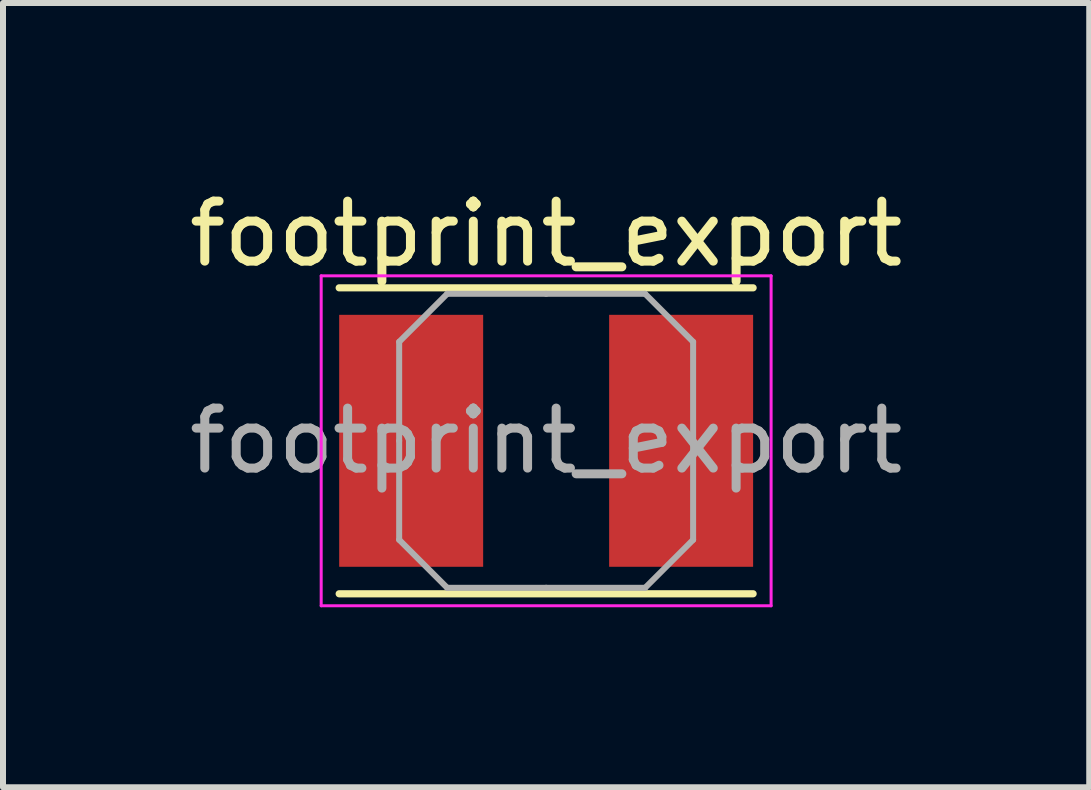
<source format=kicad_pcb>
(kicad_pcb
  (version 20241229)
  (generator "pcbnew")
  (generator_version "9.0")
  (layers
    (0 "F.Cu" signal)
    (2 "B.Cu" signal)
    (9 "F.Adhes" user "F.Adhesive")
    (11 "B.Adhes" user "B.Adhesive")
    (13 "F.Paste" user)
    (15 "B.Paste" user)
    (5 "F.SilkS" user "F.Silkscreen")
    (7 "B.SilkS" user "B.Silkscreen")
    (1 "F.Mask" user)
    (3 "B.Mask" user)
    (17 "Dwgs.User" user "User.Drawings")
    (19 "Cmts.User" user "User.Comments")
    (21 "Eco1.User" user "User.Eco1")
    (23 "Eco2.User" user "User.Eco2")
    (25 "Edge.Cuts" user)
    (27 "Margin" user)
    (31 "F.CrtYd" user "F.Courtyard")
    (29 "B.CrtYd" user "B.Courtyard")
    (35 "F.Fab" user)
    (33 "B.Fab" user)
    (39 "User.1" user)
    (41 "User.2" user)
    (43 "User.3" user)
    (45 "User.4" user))
  (footprint "footprint_export"
    (layer "F.Cu")
    (at 6.054 4.298)
    (property "Reference" "footprint_export" (at 0 -3.45 0) (layer "F.SilkS") (effects (font (size 1 1) (thickness 0.15))))
    (attr smd)
    (fp_line (start -3.45 -2.55) (end 3.45 -2.55) (stroke (width 0.12) (type solid)) (layer "F.SilkS"))
    (fp_line (start -3.45 2.55) (end 3.45 2.55) (stroke (width 0.12) (type solid)) (layer "F.SilkS"))
    (fp_line (start -3.75 -2.75) (end -3.75 2.75) (stroke (width 0.05) (type solid)) (layer "F.CrtYd"))
    (fp_line (start -3.75 2.75) (end 3.75 2.75) (stroke (width 0.05) (type solid)) (layer "F.CrtYd"))
    (fp_line (start 3.75 -2.75) (end -3.75 -2.75) (stroke (width 0.05) (type solid)) (layer "F.CrtYd"))
    (fp_line (start 3.75 2.75) (end 3.75 -2.75) (stroke (width 0.05) (type solid)) (layer "F.CrtYd"))
    (fp_line (start -2.45 -1.65) (end -1.65 -2.45) (stroke (width 0.1) (type solid)) (layer "F.Fab"))
    (fp_line (start -2.45 0) (end -2.45 -1.65) (stroke (width 0.1) (type solid)) (layer "F.Fab"))
    (fp_line (start -2.45 0) (end -2.45 1.65) (stroke (width 0.1) (type solid)) (layer "F.Fab"))
    (fp_line (start -2.45 1.65) (end -1.65 2.45) (stroke (width 0.1) (type solid)) (layer "F.Fab"))
    (fp_line (start -1.65 -2.45) (end 0 -2.45) (stroke (width 0.1) (type solid)) (layer "F.Fab"))
    (fp_line (start -1.65 2.45) (end 0 2.45) (stroke (width 0.1) (type solid)) (layer "F.Fab"))
    (fp_line (start 1.65 -2.45) (end 0 -2.45) (stroke (width 0.1) (type solid)) (layer "F.Fab"))
    (fp_line (start 1.65 2.45) (end 0 2.45) (stroke (width 0.1) (type solid)) (layer "F.Fab"))
    (fp_line (start 2.45 -1.65) (end 1.65 -2.45) (stroke (width 0.1) (type solid)) (layer "F.Fab"))
    (fp_line (start 2.45 0) (end 2.45 -1.65) (stroke (width 0.1) (type solid)) (layer "F.Fab"))
    (fp_line (start 2.45 0) (end 2.45 1.65) (stroke (width 0.1) (type solid)) (layer "F.Fab"))
    (fp_line (start 2.45 1.65) (end 1.65 2.45) (stroke (width 0.1) (type solid)) (layer "F.Fab"))
    (fp_text user "${REFERENCE}" (at 0 0 0) (layer "F.Fab") (effects (font (size 1 1) (thickness 0.15))))
    (pad "1" smd rect (at -2.25 0) (size 2.4 4.2) (layers "F.Cu" "F.Mask" "F.Paste"))
    (pad "2" smd rect (at 2.25 0) (size 2.4 4.2) (layers "F.Cu" "F.Mask" "F.Paste")))
  (gr_rect
    (start -3 -3)
    (end 15.107 10.073)
    (stroke (width 0.1) (type default))
    (fill no)
    (layer "Edge.Cuts")))
</source>
